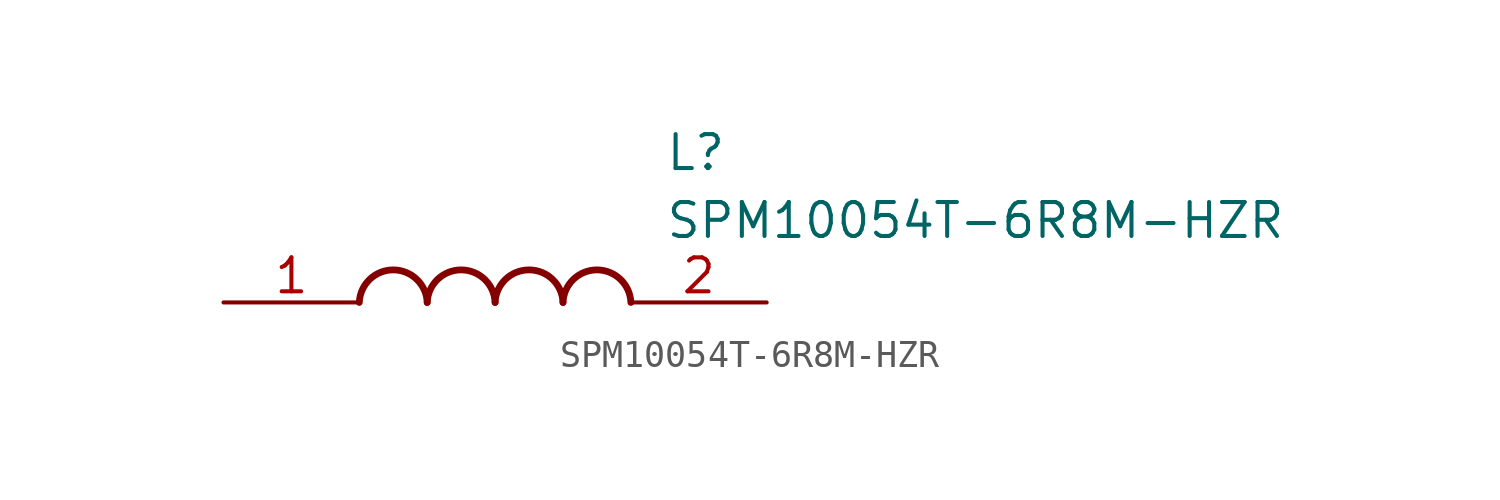
<source format=kicad_sym>
(kicad_symbol_lib
  (version 20211014)
  (generator SamacSys_ECAD_Model)
  (symbol "SPM10054T-6R8M-HZR"
    (pin_names hide)
    (property "Reference" "L"
      (at 16.51 6.35 0)
      (effects (font (size 1.27 1.27)) (justify left top)))
    (property "Value" "SPM10054T-6R8M-HZR"
      (at 16.51 3.81 0)
      (effects (font (size 1.27 1.27)) (justify left top)))
    (arc
      (start 7.62 0)
      (mid 6.35 1.219)
      (end 5.08 0)
      (stroke (width 0.254) (type default))
      (fill (type none)))
    (arc
      (start 10.16 0)
      (mid 8.89 1.219)
      (end 7.62 0)
      (stroke (width 0.254) (type default))
      (fill (type none)))
    (arc
      (start 12.7 0)
      (mid 11.43 1.219)
      (end 10.16 0)
      (stroke (width 0.254) (type default))
      (fill (type none)))
    (arc
      (start 15.24 0)
      (mid 13.97 1.219)
      (end 12.7 0)
      (stroke (width 0.254) (type default))
      (fill (type none)))
    (pin passive line
      (at 0 0 0)
      (length 5.08)
      (name "1" (effects (font (size 1.27 1.27))))
      (number "1" (effects (font (size 1.27 1.27)))))
    (pin passive line
      (at 20.32 0 180)
      (length 5.08)
      (name "2" (effects (font (size 1.27 1.27))))
      (number "2" (effects (font (size 1.27 1.27)))))))
</source>
